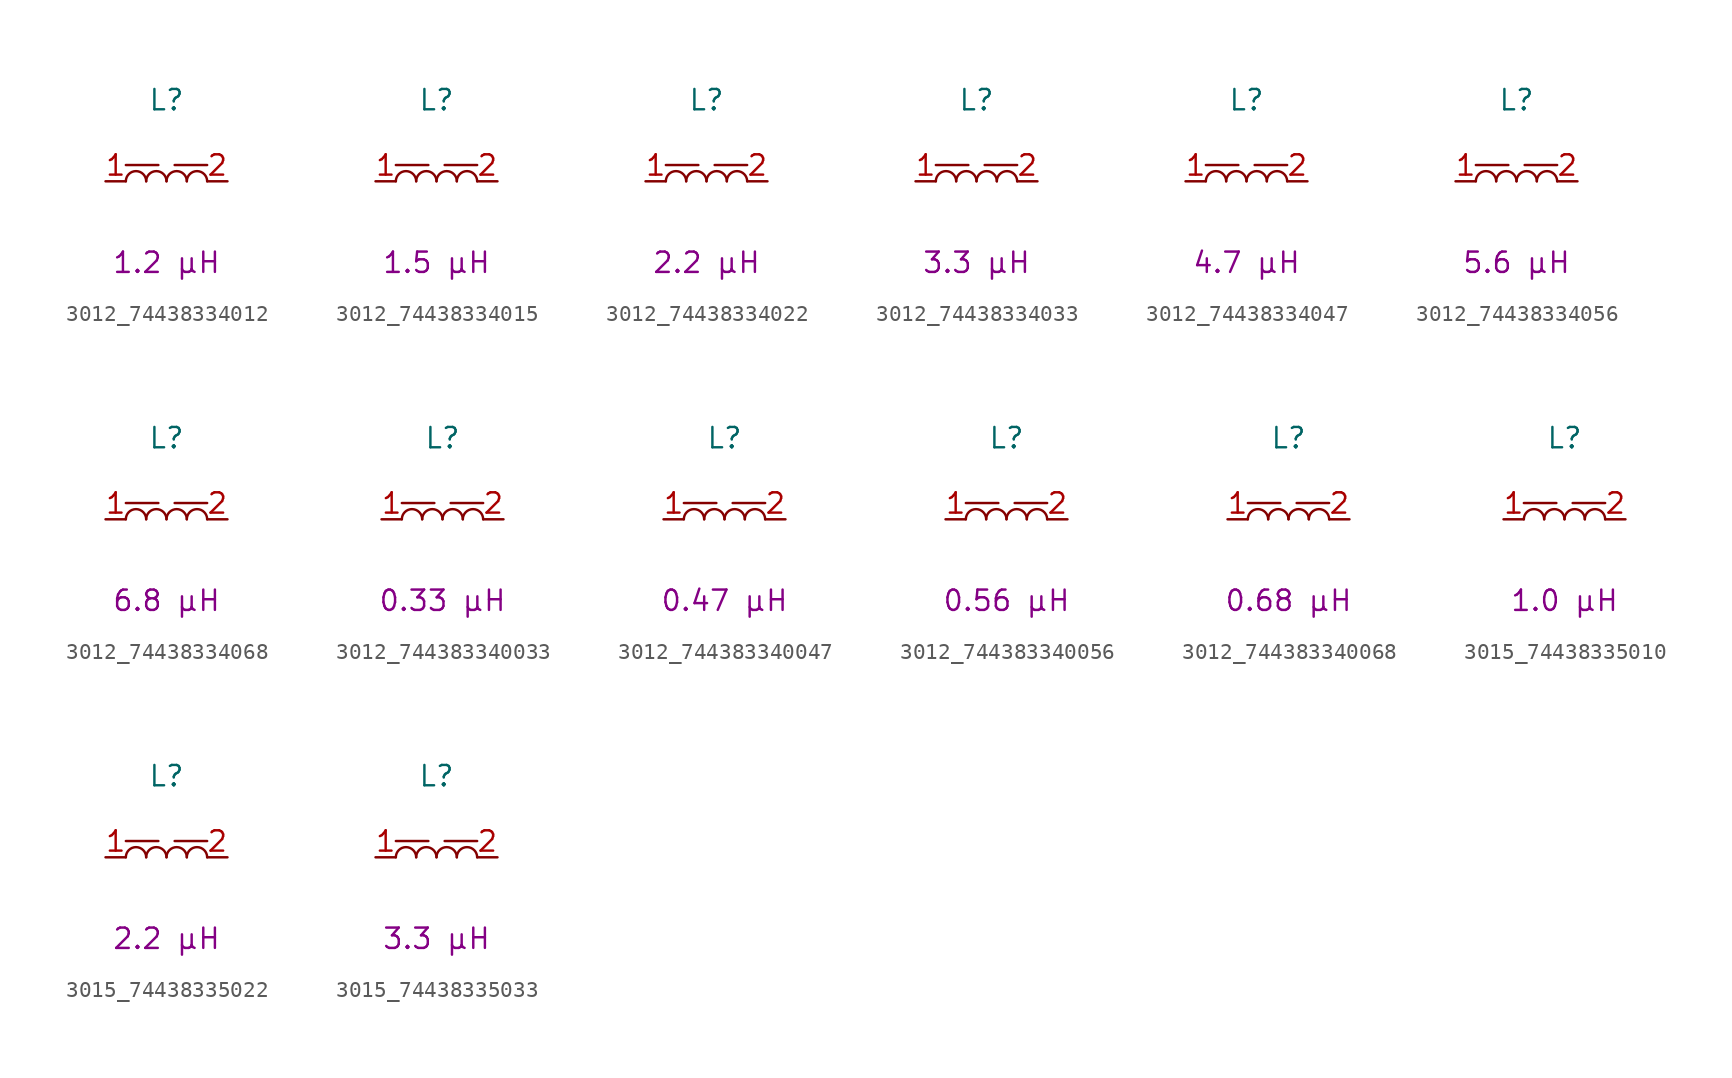
<source format=kicad_sym>
(kicad_symbol_lib
  (version 20220914)
  (generator kicad_symbol_editor)
  (symbol "3012_74438334012"
    (pin_names hide)
    (property "Reference" "L"
      (at 0 5.08 0)
      (effects (font (size 1.27 1.27))))
    (property "Critical Parameter" "1.2 µH"
      (at 0 -5.08 0)
      (effects (font (size 1.27 1.27))))
    (symbol "3012_74438334012_0_1"
      (arc (start -1.27 0) (mid -1.905 0.6323) (end -2.54 0) (stroke (width 0) (type default)) (fill (type none)))
      (arc (start 0 0) (mid -0.635 0.6323) (end -1.27 0) (stroke (width 0) (type default)) (fill (type none)))
      (polyline (pts (xy -2.54 1.016) (xy -0.508 1.016)) (stroke (width 0) (type default)) (fill (type none)))
      (arc (start 1.27 0) (mid 0.635 0.6323) (end 0 0) (stroke (width 0) (type default)) (fill (type none)))
      (arc (start 2.54 0) (mid 1.905 0.6323) (end 1.27 0) (stroke (width 0) (type default)) (fill (type none))))
    (symbol "3012_74438334012_1_1"
      (polyline (pts (xy 2.54 1.016) (xy 0.508 1.016)) (stroke (width 0) (type default)) (fill (type none)))
      (pin passive line (at -3.81 0 0) (length 1.27) (name "1" (effects (font (size 1.27 1.27)))) (number "1" (effects (font (size 1.27 1.27)))))
      (pin passive line (at 3.81 0 180) (length 1.27) (name "2" (effects (font (size 1.27 1.27)))) (number "2" (effects (font (size 1.27 1.27)))))))
  (symbol "3012_74438334015"
    (pin_names hide)
    (property "Reference" "L"
      (at 0 5.08 0)
      (effects (font (size 1.27 1.27))))
    (property "Critical Parameter" "1.5 µH"
      (at 0 -5.08 0)
      (effects (font (size 1.27 1.27))))
    (symbol "3012_74438334015_0_1"
      (arc (start -1.27 0) (mid -1.905 0.6323) (end -2.54 0) (stroke (width 0) (type default)) (fill (type none)))
      (arc (start 0 0) (mid -0.635 0.6323) (end -1.27 0) (stroke (width 0) (type default)) (fill (type none)))
      (polyline (pts (xy -2.54 1.016) (xy -0.508 1.016)) (stroke (width 0) (type default)) (fill (type none)))
      (arc (start 1.27 0) (mid 0.635 0.6323) (end 0 0) (stroke (width 0) (type default)) (fill (type none)))
      (arc (start 2.54 0) (mid 1.905 0.6323) (end 1.27 0) (stroke (width 0) (type default)) (fill (type none))))
    (symbol "3012_74438334015_1_1"
      (polyline (pts (xy 2.54 1.016) (xy 0.508 1.016)) (stroke (width 0) (type default)) (fill (type none)))
      (pin passive line (at -3.81 0 0) (length 1.27) (name "1" (effects (font (size 1.27 1.27)))) (number "1" (effects (font (size 1.27 1.27)))))
      (pin passive line (at 3.81 0 180) (length 1.27) (name "2" (effects (font (size 1.27 1.27)))) (number "2" (effects (font (size 1.27 1.27)))))))
  (symbol "3012_74438334022"
    (pin_names hide)
    (property "Reference" "L"
      (at 0 5.08 0)
      (effects (font (size 1.27 1.27))))
    (property "Critical Parameter" "2.2 µH"
      (at 0 -5.08 0)
      (effects (font (size 1.27 1.27))))
    (symbol "3012_74438334022_0_1"
      (arc (start -1.27 0) (mid -1.905 0.6323) (end -2.54 0) (stroke (width 0) (type default)) (fill (type none)))
      (arc (start 0 0) (mid -0.635 0.6323) (end -1.27 0) (stroke (width 0) (type default)) (fill (type none)))
      (polyline (pts (xy -2.54 1.016) (xy -0.508 1.016)) (stroke (width 0) (type default)) (fill (type none)))
      (arc (start 1.27 0) (mid 0.635 0.6323) (end 0 0) (stroke (width 0) (type default)) (fill (type none)))
      (arc (start 2.54 0) (mid 1.905 0.6323) (end 1.27 0) (stroke (width 0) (type default)) (fill (type none))))
    (symbol "3012_74438334022_1_1"
      (polyline (pts (xy 2.54 1.016) (xy 0.508 1.016)) (stroke (width 0) (type default)) (fill (type none)))
      (pin passive line (at -3.81 0 0) (length 1.27) (name "1" (effects (font (size 1.27 1.27)))) (number "1" (effects (font (size 1.27 1.27)))))
      (pin passive line (at 3.81 0 180) (length 1.27) (name "2" (effects (font (size 1.27 1.27)))) (number "2" (effects (font (size 1.27 1.27)))))))
  (symbol "3012_74438334033"
    (pin_names hide)
    (property "Reference" "L"
      (at 0 5.08 0)
      (effects (font (size 1.27 1.27))))
    (property "Critical Parameter" "3.3 µH"
      (at 0 -5.08 0)
      (effects (font (size 1.27 1.27))))
    (symbol "3012_74438334033_0_1"
      (arc (start -1.27 0) (mid -1.905 0.6323) (end -2.54 0) (stroke (width 0) (type default)) (fill (type none)))
      (arc (start 0 0) (mid -0.635 0.6323) (end -1.27 0) (stroke (width 0) (type default)) (fill (type none)))
      (polyline (pts (xy -2.54 1.016) (xy -0.508 1.016)) (stroke (width 0) (type default)) (fill (type none)))
      (arc (start 1.27 0) (mid 0.635 0.6323) (end 0 0) (stroke (width 0) (type default)) (fill (type none)))
      (arc (start 2.54 0) (mid 1.905 0.6323) (end 1.27 0) (stroke (width 0) (type default)) (fill (type none))))
    (symbol "3012_74438334033_1_1"
      (polyline (pts (xy 2.54 1.016) (xy 0.508 1.016)) (stroke (width 0) (type default)) (fill (type none)))
      (pin passive line (at -3.81 0 0) (length 1.27) (name "1" (effects (font (size 1.27 1.27)))) (number "1" (effects (font (size 1.27 1.27)))))
      (pin passive line (at 3.81 0 180) (length 1.27) (name "2" (effects (font (size 1.27 1.27)))) (number "2" (effects (font (size 1.27 1.27)))))))
  (symbol "3012_74438334047"
    (pin_names hide)
    (property "Reference" "L"
      (at 0 5.08 0)
      (effects (font (size 1.27 1.27))))
    (property "Critical Parameter" "4.7 µH"
      (at 0 -5.08 0)
      (effects (font (size 1.27 1.27))))
    (symbol "3012_74438334047_0_1"
      (arc (start -1.27 0) (mid -1.905 0.6323) (end -2.54 0) (stroke (width 0) (type default)) (fill (type none)))
      (arc (start 0 0) (mid -0.635 0.6323) (end -1.27 0) (stroke (width 0) (type default)) (fill (type none)))
      (polyline (pts (xy -2.54 1.016) (xy -0.508 1.016)) (stroke (width 0) (type default)) (fill (type none)))
      (arc (start 1.27 0) (mid 0.635 0.6323) (end 0 0) (stroke (width 0) (type default)) (fill (type none)))
      (arc (start 2.54 0) (mid 1.905 0.6323) (end 1.27 0) (stroke (width 0) (type default)) (fill (type none))))
    (symbol "3012_74438334047_1_1"
      (polyline (pts (xy 2.54 1.016) (xy 0.508 1.016)) (stroke (width 0) (type default)) (fill (type none)))
      (pin passive line (at -3.81 0 0) (length 1.27) (name "1" (effects (font (size 1.27 1.27)))) (number "1" (effects (font (size 1.27 1.27)))))
      (pin passive line (at 3.81 0 180) (length 1.27) (name "2" (effects (font (size 1.27 1.27)))) (number "2" (effects (font (size 1.27 1.27)))))))
  (symbol "3012_74438334056"
    (pin_names hide)
    (property "Reference" "L"
      (at 0 5.08 0)
      (effects (font (size 1.27 1.27))))
    (property "Critical Parameter" "5.6 µH"
      (at 0 -5.08 0)
      (effects (font (size 1.27 1.27))))
    (symbol "3012_74438334056_0_1"
      (arc (start -1.27 0) (mid -1.905 0.6323) (end -2.54 0) (stroke (width 0) (type default)) (fill (type none)))
      (arc (start 0 0) (mid -0.635 0.6323) (end -1.27 0) (stroke (width 0) (type default)) (fill (type none)))
      (polyline (pts (xy -2.54 1.016) (xy -0.508 1.016)) (stroke (width 0) (type default)) (fill (type none)))
      (arc (start 1.27 0) (mid 0.635 0.6323) (end 0 0) (stroke (width 0) (type default)) (fill (type none)))
      (arc (start 2.54 0) (mid 1.905 0.6323) (end 1.27 0) (stroke (width 0) (type default)) (fill (type none))))
    (symbol "3012_74438334056_1_1"
      (polyline (pts (xy 2.54 1.016) (xy 0.508 1.016)) (stroke (width 0) (type default)) (fill (type none)))
      (pin passive line (at -3.81 0 0) (length 1.27) (name "1" (effects (font (size 1.27 1.27)))) (number "1" (effects (font (size 1.27 1.27)))))
      (pin passive line (at 3.81 0 180) (length 1.27) (name "2" (effects (font (size 1.27 1.27)))) (number "2" (effects (font (size 1.27 1.27)))))))
  (symbol "3012_74438334068"
    (pin_names hide)
    (property "Reference" "L"
      (at 0 5.08 0)
      (effects (font (size 1.27 1.27))))
    (property "Critical Parameter" "6.8 µH"
      (at 0 -5.08 0)
      (effects (font (size 1.27 1.27))))
    (symbol "3012_74438334068_0_1"
      (arc (start -1.27 0) (mid -1.905 0.6323) (end -2.54 0) (stroke (width 0) (type default)) (fill (type none)))
      (arc (start 0 0) (mid -0.635 0.6323) (end -1.27 0) (stroke (width 0) (type default)) (fill (type none)))
      (polyline (pts (xy -2.54 1.016) (xy -0.508 1.016)) (stroke (width 0) (type default)) (fill (type none)))
      (arc (start 1.27 0) (mid 0.635 0.6323) (end 0 0) (stroke (width 0) (type default)) (fill (type none)))
      (arc (start 2.54 0) (mid 1.905 0.6323) (end 1.27 0) (stroke (width 0) (type default)) (fill (type none))))
    (symbol "3012_74438334068_1_1"
      (polyline (pts (xy 2.54 1.016) (xy 0.508 1.016)) (stroke (width 0) (type default)) (fill (type none)))
      (pin passive line (at -3.81 0 0) (length 1.27) (name "1" (effects (font (size 1.27 1.27)))) (number "1" (effects (font (size 1.27 1.27)))))
      (pin passive line (at 3.81 0 180) (length 1.27) (name "2" (effects (font (size 1.27 1.27)))) (number "2" (effects (font (size 1.27 1.27)))))))
  (symbol "3012_744383340033"
    (pin_names hide)
    (property "Reference" "L"
      (at 0 5.08 0)
      (effects (font (size 1.27 1.27))))
    (property "Critical Parameter" "0.33 µH"
      (at 0 -5.08 0)
      (effects (font (size 1.27 1.27))))
    (symbol "3012_744383340033_0_1"
      (arc (start -1.27 0) (mid -1.905 0.6323) (end -2.54 0) (stroke (width 0) (type default)) (fill (type none)))
      (arc (start 0 0) (mid -0.635 0.6323) (end -1.27 0) (stroke (width 0) (type default)) (fill (type none)))
      (polyline (pts (xy -2.54 1.016) (xy -0.508 1.016)) (stroke (width 0) (type default)) (fill (type none)))
      (arc (start 1.27 0) (mid 0.635 0.6323) (end 0 0) (stroke (width 0) (type default)) (fill (type none)))
      (arc (start 2.54 0) (mid 1.905 0.6323) (end 1.27 0) (stroke (width 0) (type default)) (fill (type none))))
    (symbol "3012_744383340033_1_1"
      (polyline (pts (xy 2.54 1.016) (xy 0.508 1.016)) (stroke (width 0) (type default)) (fill (type none)))
      (pin passive line (at -3.81 0 0) (length 1.27) (name "1" (effects (font (size 1.27 1.27)))) (number "1" (effects (font (size 1.27 1.27)))))
      (pin passive line (at 3.81 0 180) (length 1.27) (name "2" (effects (font (size 1.27 1.27)))) (number "2" (effects (font (size 1.27 1.27)))))))
  (symbol "3012_744383340047"
    (pin_names hide)
    (property "Reference" "L"
      (at 0 5.08 0)
      (effects (font (size 1.27 1.27))))
    (property "Critical Parameter" "0.47 µH"
      (at 0 -5.08 0)
      (effects (font (size 1.27 1.27))))
    (symbol "3012_744383340047_0_1"
      (arc (start -1.27 0) (mid -1.905 0.6323) (end -2.54 0) (stroke (width 0) (type default)) (fill (type none)))
      (arc (start 0 0) (mid -0.635 0.6323) (end -1.27 0) (stroke (width 0) (type default)) (fill (type none)))
      (polyline (pts (xy -2.54 1.016) (xy -0.508 1.016)) (stroke (width 0) (type default)) (fill (type none)))
      (arc (start 1.27 0) (mid 0.635 0.6323) (end 0 0) (stroke (width 0) (type default)) (fill (type none)))
      (arc (start 2.54 0) (mid 1.905 0.6323) (end 1.27 0) (stroke (width 0) (type default)) (fill (type none))))
    (symbol "3012_744383340047_1_1"
      (polyline (pts (xy 2.54 1.016) (xy 0.508 1.016)) (stroke (width 0) (type default)) (fill (type none)))
      (pin passive line (at -3.81 0 0) (length 1.27) (name "1" (effects (font (size 1.27 1.27)))) (number "1" (effects (font (size 1.27 1.27)))))
      (pin passive line (at 3.81 0 180) (length 1.27) (name "2" (effects (font (size 1.27 1.27)))) (number "2" (effects (font (size 1.27 1.27)))))))
  (symbol "3012_744383340056"
    (pin_names hide)
    (property "Reference" "L"
      (at 0 5.08 0)
      (effects (font (size 1.27 1.27))))
    (property "Critical Parameter" "0.56 µH"
      (at 0 -5.08 0)
      (effects (font (size 1.27 1.27))))
    (symbol "3012_744383340056_0_1"
      (arc (start -1.27 0) (mid -1.905 0.6323) (end -2.54 0) (stroke (width 0) (type default)) (fill (type none)))
      (arc (start 0 0) (mid -0.635 0.6323) (end -1.27 0) (stroke (width 0) (type default)) (fill (type none)))
      (polyline (pts (xy -2.54 1.016) (xy -0.508 1.016)) (stroke (width 0) (type default)) (fill (type none)))
      (arc (start 1.27 0) (mid 0.635 0.6323) (end 0 0) (stroke (width 0) (type default)) (fill (type none)))
      (arc (start 2.54 0) (mid 1.905 0.6323) (end 1.27 0) (stroke (width 0) (type default)) (fill (type none))))
    (symbol "3012_744383340056_1_1"
      (polyline (pts (xy 2.54 1.016) (xy 0.508 1.016)) (stroke (width 0) (type default)) (fill (type none)))
      (pin passive line (at -3.81 0 0) (length 1.27) (name "1" (effects (font (size 1.27 1.27)))) (number "1" (effects (font (size 1.27 1.27)))))
      (pin passive line (at 3.81 0 180) (length 1.27) (name "2" (effects (font (size 1.27 1.27)))) (number "2" (effects (font (size 1.27 1.27)))))))
  (symbol "3012_744383340068"
    (pin_names hide)
    (property "Reference" "L"
      (at 0 5.08 0)
      (effects (font (size 1.27 1.27))))
    (property "Critical Parameter" "0.68 µH"
      (at 0 -5.08 0)
      (effects (font (size 1.27 1.27))))
    (symbol "3012_744383340068_0_1"
      (arc (start -1.27 0) (mid -1.905 0.6323) (end -2.54 0) (stroke (width 0) (type default)) (fill (type none)))
      (arc (start 0 0) (mid -0.635 0.6323) (end -1.27 0) (stroke (width 0) (type default)) (fill (type none)))
      (polyline (pts (xy -2.54 1.016) (xy -0.508 1.016)) (stroke (width 0) (type default)) (fill (type none)))
      (arc (start 1.27 0) (mid 0.635 0.6323) (end 0 0) (stroke (width 0) (type default)) (fill (type none)))
      (arc (start 2.54 0) (mid 1.905 0.6323) (end 1.27 0) (stroke (width 0) (type default)) (fill (type none))))
    (symbol "3012_744383340068_1_1"
      (polyline (pts (xy 2.54 1.016) (xy 0.508 1.016)) (stroke (width 0) (type default)) (fill (type none)))
      (pin passive line (at -3.81 0 0) (length 1.27) (name "1" (effects (font (size 1.27 1.27)))) (number "1" (effects (font (size 1.27 1.27)))))
      (pin passive line (at 3.81 0 180) (length 1.27) (name "2" (effects (font (size 1.27 1.27)))) (number "2" (effects (font (size 1.27 1.27)))))))
  (symbol "3015_74438335010"
    (pin_names hide)
    (property "Reference" "L"
      (at 0 5.08 0)
      (effects (font (size 1.27 1.27))))
    (property "Critical Parameter" "1.0 µH"
      (at 0 -5.08 0)
      (effects (font (size 1.27 1.27))))
    (symbol "3015_74438335010_0_1"
      (arc (start -1.27 0) (mid -1.905 0.6323) (end -2.54 0) (stroke (width 0) (type default)) (fill (type none)))
      (arc (start 0 0) (mid -0.635 0.6323) (end -1.27 0) (stroke (width 0) (type default)) (fill (type none)))
      (polyline (pts (xy -2.54 1.016) (xy -0.508 1.016)) (stroke (width 0) (type default)) (fill (type none)))
      (arc (start 1.27 0) (mid 0.635 0.6323) (end 0 0) (stroke (width 0) (type default)) (fill (type none)))
      (arc (start 2.54 0) (mid 1.905 0.6323) (end 1.27 0) (stroke (width 0) (type default)) (fill (type none))))
    (symbol "3015_74438335010_1_1"
      (polyline (pts (xy 2.54 1.016) (xy 0.508 1.016)) (stroke (width 0) (type default)) (fill (type none)))
      (pin passive line (at -3.81 0 0) (length 1.27) (name "1" (effects (font (size 1.27 1.27)))) (number "1" (effects (font (size 1.27 1.27)))))
      (pin passive line (at 3.81 0 180) (length 1.27) (name "2" (effects (font (size 1.27 1.27)))) (number "2" (effects (font (size 1.27 1.27)))))))
  (symbol "3015_74438335022"
    (pin_names hide)
    (property "Reference" "L"
      (at 0 5.08 0)
      (effects (font (size 1.27 1.27))))
    (property "Critical Parameter" "2.2 µH"
      (at 0 -5.08 0)
      (effects (font (size 1.27 1.27))))
    (symbol "3015_74438335022_0_1"
      (arc (start -1.27 0) (mid -1.905 0.6323) (end -2.54 0) (stroke (width 0) (type default)) (fill (type none)))
      (arc (start 0 0) (mid -0.635 0.6323) (end -1.27 0) (stroke (width 0) (type default)) (fill (type none)))
      (polyline (pts (xy -2.54 1.016) (xy -0.508 1.016)) (stroke (width 0) (type default)) (fill (type none)))
      (arc (start 1.27 0) (mid 0.635 0.6323) (end 0 0) (stroke (width 0) (type default)) (fill (type none)))
      (arc (start 2.54 0) (mid 1.905 0.6323) (end 1.27 0) (stroke (width 0) (type default)) (fill (type none))))
    (symbol "3015_74438335022_1_1"
      (polyline (pts (xy 2.54 1.016) (xy 0.508 1.016)) (stroke (width 0) (type default)) (fill (type none)))
      (pin passive line (at -3.81 0 0) (length 1.27) (name "1" (effects (font (size 1.27 1.27)))) (number "1" (effects (font (size 1.27 1.27)))))
      (pin passive line (at 3.81 0 180) (length 1.27) (name "2" (effects (font (size 1.27 1.27)))) (number "2" (effects (font (size 1.27 1.27)))))))
  (symbol "3015_74438335033"
    (pin_names hide)
    (property "Reference" "L"
      (at 0 5.08 0)
      (effects (font (size 1.27 1.27))))
    (property "Critical Parameter" "3.3 µH"
      (at 0 -5.08 0)
      (effects (font (size 1.27 1.27))))
    (symbol "3015_74438335033_0_1"
      (arc (start -1.27 0) (mid -1.905 0.6323) (end -2.54 0) (stroke (width 0) (type default)) (fill (type none)))
      (arc (start 0 0) (mid -0.635 0.6323) (end -1.27 0) (stroke (width 0) (type default)) (fill (type none)))
      (polyline (pts (xy -2.54 1.016) (xy -0.508 1.016)) (stroke (width 0) (type default)) (fill (type none)))
      (arc (start 1.27 0) (mid 0.635 0.6323) (end 0 0) (stroke (width 0) (type default)) (fill (type none)))
      (arc (start 2.54 0) (mid 1.905 0.6323) (end 1.27 0) (stroke (width 0) (type default)) (fill (type none))))
    (symbol "3015_74438335033_1_1"
      (polyline (pts (xy 2.54 1.016) (xy 0.508 1.016)) (stroke (width 0) (type default)) (fill (type none)))
      (pin passive line (at -3.81 0 0) (length 1.27) (name "1" (effects (font (size 1.27 1.27)))) (number "1" (effects (font (size 1.27 1.27)))))
      (pin passive line (at 3.81 0 180) (length 1.27) (name "2" (effects (font (size 1.27 1.27)))) (number "2" (effects (font (size 1.27 1.27))))))))
</source>
